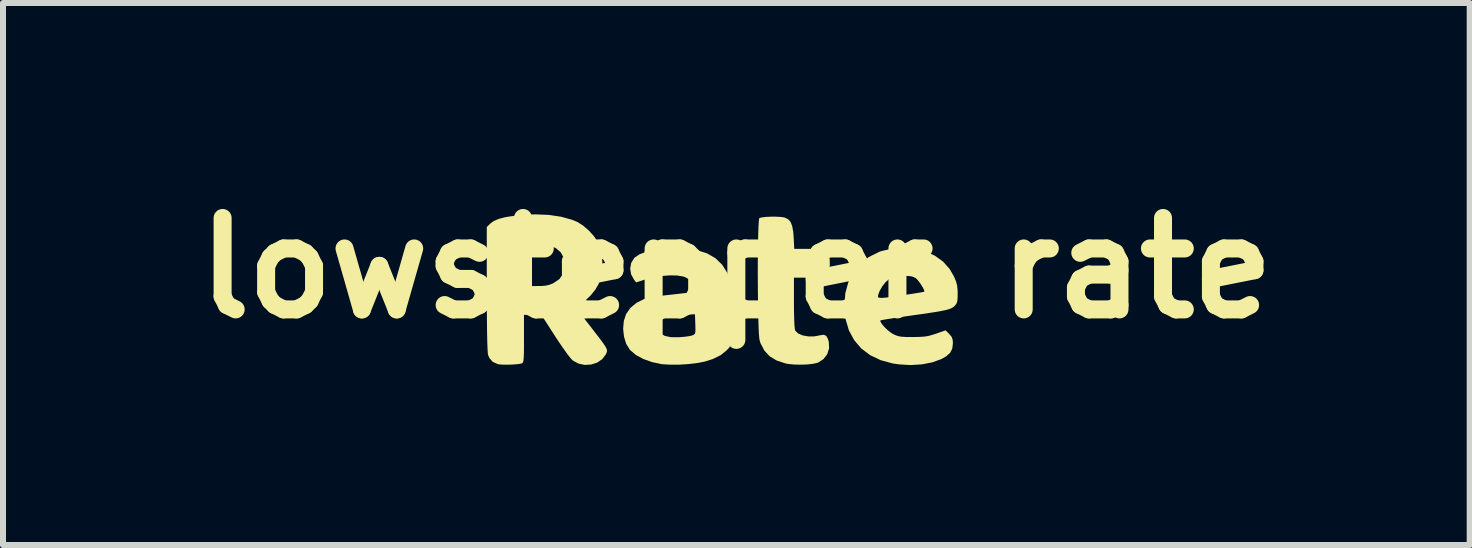
<source format=kicad_pcb>
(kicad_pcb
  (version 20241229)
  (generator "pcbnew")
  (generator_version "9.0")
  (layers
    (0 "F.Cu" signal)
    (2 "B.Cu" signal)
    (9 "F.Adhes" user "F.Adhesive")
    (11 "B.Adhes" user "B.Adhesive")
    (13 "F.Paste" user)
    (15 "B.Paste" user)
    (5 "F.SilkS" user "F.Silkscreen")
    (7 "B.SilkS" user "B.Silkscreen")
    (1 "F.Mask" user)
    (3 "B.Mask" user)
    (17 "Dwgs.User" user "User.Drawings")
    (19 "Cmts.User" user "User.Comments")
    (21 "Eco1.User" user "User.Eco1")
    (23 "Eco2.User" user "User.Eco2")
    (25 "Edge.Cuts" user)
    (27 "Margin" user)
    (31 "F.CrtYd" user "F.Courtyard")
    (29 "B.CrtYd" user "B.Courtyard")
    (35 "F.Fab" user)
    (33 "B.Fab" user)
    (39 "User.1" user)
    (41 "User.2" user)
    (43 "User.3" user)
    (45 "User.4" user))
  (footprint "lowstepper rate"
    (layer "F.Cu")
    (at 9.224 1.418)
    (property "Reference" "lowstepper rate" (at 0 0 0) (layer "F.SilkS") (effects (font (size 1.524 1.524) (thickness 0.3))))
    (attr board_only exclude_from_pos_files exclude_from_bom)
    (fp_poly (pts (xy 0.739 -0.852) (xy 0.798 -0.844) (xy 0.808 -0.841) (xy 0.864 -0.813) (xy 0.904 -0.768) (xy 0.931 -0.699) (xy 0.948 -0.602) (xy 0.956 -0.505) (xy 0.965 -0.32) (xy 1.514 -0.32) (xy 1.537 -0.243) (xy 1.556 -0.146) (xy 1.558 -0.047) (xy 1.544 0.037) (xy 1.541 0.048) (xy 1.514 0.093) (xy 1.47 0.125) (xy 1.403 0.146) (xy 1.308 0.157) (xy 1.181 0.16) (xy 0.96 0.16) (xy 0.96 0.581) (xy 0.961 0.725) (xy 0.964 0.847) (xy 0.968 0.944) (xy 0.974 1.011) (xy 0.981 1.041) (xy 1.027 1.089) (xy 1.102 1.122) (xy 1.196 1.139) (xy 1.3 1.139) (xy 1.4 1.12) (xy 1.458 1.112) (xy 1.499 1.131) (xy 1.527 1.182) (xy 1.541 1.232) (xy 1.546 1.338) (xy 1.515 1.436) (xy 1.453 1.517) (xy 1.364 1.575) (xy 1.353 1.579) (xy 1.281 1.596) (xy 1.183 1.607) (xy 1.072 1.611) (xy 0.96 1.608) (xy 0.86 1.598) (xy 0.823 1.591) (xy 0.674 1.542) (xy 0.556 1.472) (xy 0.467 1.376) (xy 0.403 1.253) (xy 0.389 1.209) (xy 0.382 1.168) (xy 0.376 1.093) (xy 0.371 0.991) (xy 0.367 0.864) (xy 0.363 0.718) (xy 0.361 0.558) (xy 0.359 0.388) (xy 0.358 0.213) (xy 0.357 0.037) (xy 0.358 -0.135) (xy 0.359 -0.298) (xy 0.362 -0.447) (xy 0.365 -0.579) (xy 0.369 -0.688) (xy 0.374 -0.77) (xy 0.379 -0.819) (xy 0.384 -0.833) (xy 0.423 -0.844) (xy 0.49 -0.852) (xy 0.573 -0.856) (xy 0.66 -0.856)) (stroke (width 0) (type solid)) (fill yes) (layer "F.SilkS"))
    (fp_poly (pts (xy -3.127 -0.886) (xy -2.919 -0.855) (xy -2.738 -0.804) (xy -2.648 -0.767) (xy -2.553 -0.707) (xy -2.458 -0.624) (xy -2.373 -0.53) (xy -2.31 -0.436) (xy -2.299 -0.413) (xy -2.253 -0.265) (xy -2.233 -0.102) (xy -2.242 0.064) (xy -2.277 0.217) (xy -2.297 0.268) (xy -2.351 0.36) (xy -2.429 0.456) (xy -2.52 0.544) (xy -2.595 0.601) (xy -2.68 0.655) (xy -2.442 0.961) (xy -2.348 1.083) (xy -2.275 1.177) (xy -2.223 1.248) (xy -2.187 1.301) (xy -2.165 1.34) (xy -2.156 1.37) (xy -2.157 1.393) (xy -2.165 1.416) (xy -2.175 1.438) (xy -2.235 1.518) (xy -2.319 1.576) (xy -2.419 1.608) (xy -2.525 1.615) (xy -2.629 1.594) (xy -2.721 1.544) (xy -2.738 1.53) (xy -2.772 1.492) (xy -2.822 1.427) (xy -2.884 1.34) (xy -2.953 1.24) (xy -3.025 1.131) (xy -3.031 1.121) (xy -3.25 0.78) (xy -3.395 0.78) (xy -3.54 0.78) (xy -3.54 1.178) (xy -3.54 1.315) (xy -3.541 1.417) (xy -3.544 1.489) (xy -3.548 1.537) (xy -3.555 1.567) (xy -3.564 1.582) (xy -3.574 1.589) (xy -3.622 1.599) (xy -3.696 1.606) (xy -3.783 1.611) (xy -3.869 1.611) (xy -3.941 1.607) (xy -3.976 1.602) (xy -4.061 1.563) (xy -4.118 1.498) (xy -4.14 1.442) (xy -4.144 1.405) (xy -4.148 1.331) (xy -4.152 1.223) (xy -4.155 1.082) (xy -4.157 0.912) (xy -4.159 0.715) (xy -4.16 0.495) (xy -4.16 0.343) (xy -4.16 0.3) (xy -3.54 0.3) (xy -3.344 0.3) (xy -3.247 0.299) (xy -3.177 0.293) (xy -3.123 0.281) (xy -3.07 0.261) (xy -3.043 0.248) (xy -2.949 0.183) (xy -2.89 0.099) (xy -2.862 -0.007) (xy -2.86 -0.055) (xy -2.877 -0.169) (xy -2.927 -0.262) (xy -3.009 -0.332) (xy -3.12 -0.377) (xy -3.23 -0.395) (xy -3.315 -0.398) (xy -3.401 -0.396) (xy -3.448 -0.391) (xy -3.54 -0.378) (xy -3.54 0.3) (xy -4.16 0.3) (xy -4.16 -0.683) (xy -4.103 -0.74) (xy -4.044 -0.784) (xy -3.959 -0.82) (xy -3.846 -0.849) (xy -3.7 -0.871) (xy -3.601 -0.882) (xy -3.356 -0.895)) (stroke (width 0) (type solid)) (fill yes) (layer "F.SilkS"))
    (fp_poly (pts (xy -0.872 -0.328) (xy -0.706 -0.307) (xy -0.65 -0.296) (xy -0.487 -0.244) (xy -0.347 -0.163) (xy -0.235 -0.054) (xy -0.153 0.078) (xy -0.14 0.106) (xy -0.131 0.136) (xy -0.123 0.172) (xy -0.118 0.219) (xy -0.114 0.281) (xy -0.112 0.365) (xy -0.111 0.475) (xy -0.11 0.617) (xy -0.11 0.743) (xy -0.11 1.317) (xy -0.16 1.37) (xy -0.261 1.452) (xy -0.396 1.518) (xy -0.53 1.56) (xy -0.65 1.583) (xy -0.793 1.6) (xy -0.946 1.61) (xy -1.094 1.611) (xy -1.222 1.604) (xy -1.251 1.601) (xy -1.408 1.567) (xy -1.552 1.515) (xy -1.674 1.449) (xy -1.767 1.371) (xy -1.776 1.361) (xy -1.836 1.263) (xy -1.873 1.143) (xy -1.887 1.013) (xy -1.882 0.956) (xy -1.296 0.956) (xy -1.291 1.035) (xy -1.256 1.094) (xy -1.19 1.132) (xy -1.091 1.152) (xy -0.96 1.153) (xy -0.874 1.147) (xy -0.797 1.137) (xy -0.743 1.126) (xy -0.734 1.123) (xy -0.707 1.11) (xy -0.691 1.094) (xy -0.683 1.065) (xy -0.682 1.013) (xy -0.684 0.935) (xy -0.69 0.77) (xy -0.84 0.777) (xy -0.997 0.789) (xy -1.118 0.809) (xy -1.205 0.838) (xy -1.262 0.878) (xy -1.291 0.93) (xy -1.296 0.956) (xy -1.882 0.956) (xy -1.876 0.884) (xy -1.839 0.77) (xy -1.837 0.766) (xy -1.766 0.664) (xy -1.665 0.58) (xy -1.542 0.519) (xy -1.514 0.51) (xy -1.454 0.496) (xy -1.366 0.48) (xy -1.261 0.464) (xy -1.15 0.45) (xy -1.14 0.449) (xy -0.997 0.433) (xy -0.888 0.421) (xy -0.81 0.412) (xy -0.756 0.403) (xy -0.724 0.394) (xy -0.706 0.383) (xy -0.7 0.369) (xy -0.699 0.351) (xy -0.7 0.332) (xy -0.719 0.258) (xy -0.773 0.196) (xy -0.858 0.15) (xy -0.891 0.14) (xy -0.988 0.124) (xy -1.111 0.122) (xy -1.247 0.133) (xy -1.384 0.155) (xy -1.51 0.187) (xy -1.67 0.239) (xy -1.705 0.195) (xy -1.754 0.105) (xy -1.77 0.008) (xy -1.753 -0.085) (xy -1.704 -0.165) (xy -1.693 -0.176) (xy -1.612 -0.23) (xy -1.5 -0.273) (xy -1.363 -0.306) (xy -1.208 -0.326) (xy -1.042 -0.334)) (stroke (width 0) (type solid)) (fill yes) (layer "F.SilkS"))
    (fp_poly (pts (xy 2.979 -0.317) (xy 3.104 -0.293) (xy 3.137 -0.283) (xy 3.307 -0.207) (xy 3.445 -0.108) (xy 3.555 0.015) (xy 3.627 0.14) (xy 3.661 0.22) (xy 3.68 0.29) (xy 3.688 0.37) (xy 3.689 0.423) (xy 3.688 0.505) (xy 3.682 0.558) (xy 3.668 0.595) (xy 3.644 0.625) (xy 3.644 0.626) (xy 3.622 0.647) (xy 3.595 0.664) (xy 3.56 0.68) (xy 3.511 0.695) (xy 3.444 0.71) (xy 3.355 0.727) (xy 3.239 0.745) (xy 3.092 0.767) (xy 2.92 0.791) (xy 2.782 0.811) (xy 2.657 0.829) (xy 2.552 0.846) (xy 2.47 0.859) (xy 2.418 0.868) (xy 2.401 0.872) (xy 2.403 0.896) (xy 2.429 0.937) (xy 2.471 0.986) (xy 2.523 1.036) (xy 2.577 1.078) (xy 2.61 1.099) (xy 2.658 1.121) (xy 2.703 1.136) (xy 2.755 1.145) (xy 2.825 1.149) (xy 2.923 1.15) (xy 2.94 1.15) (xy 3.049 1.148) (xy 3.131 1.143) (xy 3.2 1.132) (xy 3.27 1.113) (xy 3.329 1.094) (xy 3.487 1.038) (xy 3.549 1.099) (xy 3.589 1.147) (xy 3.606 1.196) (xy 3.61 1.255) (xy 3.599 1.342) (xy 3.565 1.411) (xy 3.5 1.47) (xy 3.413 1.519) (xy 3.266 1.572) (xy 3.095 1.605) (xy 2.908 1.617) (xy 2.715 1.606) (xy 2.61 1.591) (xy 2.407 1.536) (xy 2.23 1.452) (xy 2.083 1.341) (xy 1.965 1.203) (xy 1.877 1.042) (xy 1.822 0.857) (xy 1.8 0.65) (xy 1.8 0.62) (xy 1.812 0.475) (xy 2.36 0.475) (xy 2.365 0.488) (xy 2.382 0.495) (xy 2.417 0.498) (xy 2.473 0.494) (xy 2.555 0.485) (xy 2.669 0.469) (xy 2.798 0.45) (xy 2.908 0.433) (xy 3.002 0.418) (xy 3.076 0.406) (xy 3.121 0.397) (xy 3.133 0.394) (xy 3.131 0.371) (xy 3.11 0.327) (xy 3.078 0.274) (xy 3.041 0.222) (xy 3.006 0.182) (xy 2.994 0.171) (xy 2.954 0.149) (xy 2.905 0.136) (xy 2.835 0.131) (xy 2.782 0.13) (xy 2.698 0.132) (xy 2.64 0.139) (xy 2.593 0.156) (xy 2.543 0.185) (xy 2.542 0.186) (xy 2.487 0.236) (xy 2.433 0.304) (xy 2.389 0.38) (xy 2.364 0.448) (xy 2.36 0.475) (xy 1.812 0.475) (xy 1.817 0.416) (xy 1.868 0.232) (xy 1.95 0.069) (xy 2.063 -0.069) (xy 2.205 -0.182) (xy 2.375 -0.267) (xy 2.425 -0.285) (xy 2.544 -0.312) (xy 2.685 -0.327) (xy 2.835 -0.328)) (stroke (width 0) (type solid)) (fill yes) (layer "F.SilkS")))
  (gr_rect
    (start -3 -3)
    (end 21.448 6.035)
    (stroke (width 0.1) (type default))
    (fill no)
    (layer "Edge.Cuts")))
</source>
